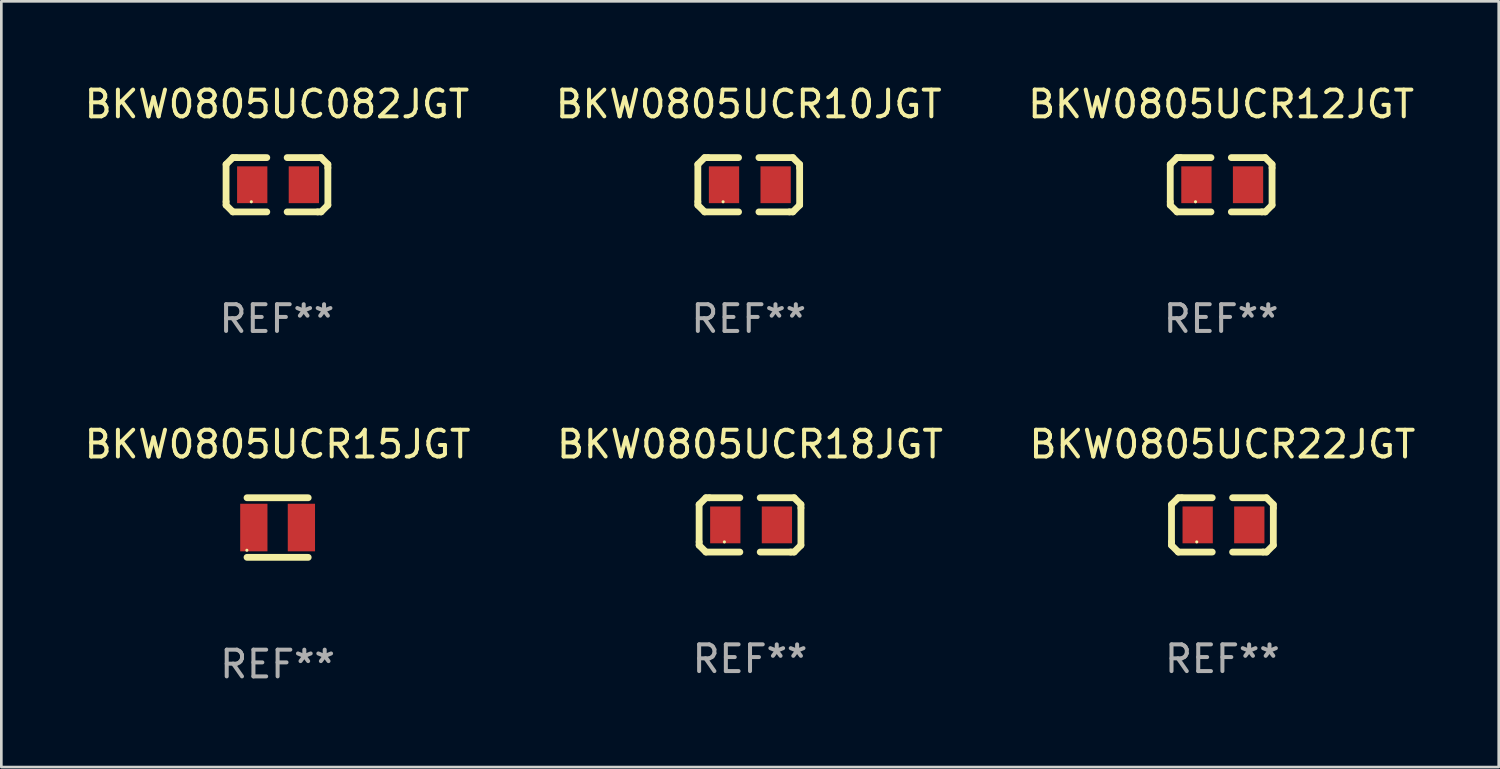
<source format=kicad_pcb>
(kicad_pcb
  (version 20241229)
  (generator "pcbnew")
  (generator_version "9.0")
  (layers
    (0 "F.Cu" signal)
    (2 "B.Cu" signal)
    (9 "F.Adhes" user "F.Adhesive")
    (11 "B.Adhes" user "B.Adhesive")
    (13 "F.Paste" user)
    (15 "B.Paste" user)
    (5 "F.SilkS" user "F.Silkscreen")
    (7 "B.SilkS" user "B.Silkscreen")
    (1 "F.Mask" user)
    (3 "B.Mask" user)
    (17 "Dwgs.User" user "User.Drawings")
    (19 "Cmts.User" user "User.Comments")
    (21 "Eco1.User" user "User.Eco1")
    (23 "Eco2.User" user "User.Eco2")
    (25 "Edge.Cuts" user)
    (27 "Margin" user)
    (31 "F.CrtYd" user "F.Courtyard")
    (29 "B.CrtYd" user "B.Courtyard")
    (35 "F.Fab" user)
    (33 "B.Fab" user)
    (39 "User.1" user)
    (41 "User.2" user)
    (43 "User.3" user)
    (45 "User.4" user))
  (footprint "BKW0805UCR12JGT"
    (layer "F.Cu")
    (at 42.649 3.864)
    (property "Reference" "BKW0805UCR12JGT" (at 0 -3.016 0) (layer "F.SilkS") (effects (font (size 1 1) (thickness 0.15))))
    (attr through_hole)
    (fp_line (start -1.905 -0.762) (end -1.905 0.635) (stroke (width 0.254) (type solid)) (layer "F.SilkS"))
    (fp_line (start -1.905 0.635) (end -1.905 0.762) (stroke (width 0.254) (type solid)) (layer "F.SilkS"))
    (fp_line (start -1.905 0.762) (end -1.651 1.016) (stroke (width 0.254) (type solid)) (layer "F.SilkS"))
    (fp_line (start -1.651 -1.016) (end -1.905 -0.762) (stroke (width 0.254) (type solid)) (layer "F.SilkS"))
    (fp_line (start -1.651 1.016) (end -0.381 1.016) (stroke (width 0.254) (type solid)) (layer "F.SilkS"))
    (fp_line (start -1.524 -1.016) (end -1.651 -1.016) (stroke (width 0.254) (type solid)) (layer "F.SilkS"))
    (fp_line (start -0.381 -1.016) (end -1.524 -1.016) (stroke (width 0.254) (type solid)) (layer "F.SilkS"))
    (fp_line (start 0.381 1.016) (end 1.524 1.016) (stroke (width 0.254) (type solid)) (layer "F.SilkS"))
    (fp_line (start 1.524 1.016) (end 1.651 1.016) (stroke (width 0.254) (type solid)) (layer "F.SilkS"))
    (fp_line (start 1.651 -1.016) (end 0.381 -1.016) (stroke (width 0.254) (type solid)) (layer "F.SilkS"))
    (fp_line (start 1.651 1.016) (end 1.905 0.762) (stroke (width 0.254) (type solid)) (layer "F.SilkS"))
    (fp_line (start 1.905 -0.762) (end 1.651 -1.016) (stroke (width 0.254) (type solid)) (layer "F.SilkS"))
    (fp_line (start 1.905 -0.635) (end 1.905 -0.762) (stroke (width 0.254) (type solid)) (layer "F.SilkS"))
    (fp_line (start 1.905 0.762) (end 1.905 -0.635) (stroke (width 0.254) (type solid)) (layer "F.SilkS"))
    (fp_circle (center -0.96 0.637) (end -0.93 0.637) (stroke (width 0.06) (type solid)) (fill no) (layer "F.SilkS"))
    (fp_text user "REF**" (at 0 5.016 0) (layer "F.Fab") (effects (font (size 1 1) (thickness 0.15))))
    (pad "1" smd rect (at -0.926 -0.000051) (size 1.133 1.377) (layers "F.Cu" "F.Mask" "F.Paste"))
    (pad "2" smd rect (at 1.006 -0.000051) (size 1.133 1.377) (layers "F.Cu" "F.Mask" "F.Paste")))
  (footprint "BKW0805UCR18JGT"
    (layer "F.Cu")
    (at 25.018 16.593)
    (property "Reference" "BKW0805UCR18JGT" (at 0 -3.016 0) (layer "F.SilkS") (effects (font (size 1 1) (thickness 0.15))))
    (attr through_hole)
    (fp_line (start -1.905 -0.762) (end -1.905 0.635) (stroke (width 0.254) (type solid)) (layer "F.SilkS"))
    (fp_line (start -1.905 0.635) (end -1.905 0.762) (stroke (width 0.254) (type solid)) (layer "F.SilkS"))
    (fp_line (start -1.905 0.762) (end -1.651 1.016) (stroke (width 0.254) (type solid)) (layer "F.SilkS"))
    (fp_line (start -1.651 -1.016) (end -1.905 -0.762) (stroke (width 0.254) (type solid)) (layer "F.SilkS"))
    (fp_line (start -1.651 1.016) (end -0.381 1.016) (stroke (width 0.254) (type solid)) (layer "F.SilkS"))
    (fp_line (start -1.524 -1.016) (end -1.651 -1.016) (stroke (width 0.254) (type solid)) (layer "F.SilkS"))
    (fp_line (start -0.381 -1.016) (end -1.524 -1.016) (stroke (width 0.254) (type solid)) (layer "F.SilkS"))
    (fp_line (start 0.381 1.016) (end 1.524 1.016) (stroke (width 0.254) (type solid)) (layer "F.SilkS"))
    (fp_line (start 1.524 1.016) (end 1.651 1.016) (stroke (width 0.254) (type solid)) (layer "F.SilkS"))
    (fp_line (start 1.651 -1.016) (end 0.381 -1.016) (stroke (width 0.254) (type solid)) (layer "F.SilkS"))
    (fp_line (start 1.651 1.016) (end 1.905 0.762) (stroke (width 0.254) (type solid)) (layer "F.SilkS"))
    (fp_line (start 1.905 -0.762) (end 1.651 -1.016) (stroke (width 0.254) (type solid)) (layer "F.SilkS"))
    (fp_line (start 1.905 -0.635) (end 1.905 -0.762) (stroke (width 0.254) (type solid)) (layer "F.SilkS"))
    (fp_line (start 1.905 0.762) (end 1.905 -0.635) (stroke (width 0.254) (type solid)) (layer "F.SilkS"))
    (fp_circle (center -0.96 0.637) (end -0.93 0.637) (stroke (width 0.06) (type solid)) (fill no) (layer "F.SilkS"))
    (fp_text user "REF**" (at 0 5.016 0) (layer "F.Fab") (effects (font (size 1 1) (thickness 0.15))))
    (pad "1" smd rect (at -0.926 -0.000051) (size 1.133 1.377) (layers "F.Cu" "F.Mask" "F.Paste"))
    (pad "2" smd rect (at 1.006 -0.000051) (size 1.133 1.377) (layers "F.Cu" "F.Mask" "F.Paste")))
  (footprint "BKW0805UCR10JGT"
    (layer "F.Cu")
    (at 24.97 3.864)
    (property "Reference" "BKW0805UCR10JGT" (at 0 -3.016 0) (layer "F.SilkS") (effects (font (size 1 1) (thickness 0.15))))
    (attr through_hole)
    (fp_line (start -1.905 -0.762) (end -1.905 0.635) (stroke (width 0.254) (type solid)) (layer "F.SilkS"))
    (fp_line (start -1.905 0.635) (end -1.905 0.762) (stroke (width 0.254) (type solid)) (layer "F.SilkS"))
    (fp_line (start -1.905 0.762) (end -1.651 1.016) (stroke (width 0.254) (type solid)) (layer "F.SilkS"))
    (fp_line (start -1.651 -1.016) (end -1.905 -0.762) (stroke (width 0.254) (type solid)) (layer "F.SilkS"))
    (fp_line (start -1.651 1.016) (end -0.381 1.016) (stroke (width 0.254) (type solid)) (layer "F.SilkS"))
    (fp_line (start -1.524 -1.016) (end -1.651 -1.016) (stroke (width 0.254) (type solid)) (layer "F.SilkS"))
    (fp_line (start -0.381 -1.016) (end -1.524 -1.016) (stroke (width 0.254) (type solid)) (layer "F.SilkS"))
    (fp_line (start 0.381 1.016) (end 1.524 1.016) (stroke (width 0.254) (type solid)) (layer "F.SilkS"))
    (fp_line (start 1.524 1.016) (end 1.651 1.016) (stroke (width 0.254) (type solid)) (layer "F.SilkS"))
    (fp_line (start 1.651 -1.016) (end 0.381 -1.016) (stroke (width 0.254) (type solid)) (layer "F.SilkS"))
    (fp_line (start 1.651 1.016) (end 1.905 0.762) (stroke (width 0.254) (type solid)) (layer "F.SilkS"))
    (fp_line (start 1.905 -0.762) (end 1.651 -1.016) (stroke (width 0.254) (type solid)) (layer "F.SilkS"))
    (fp_line (start 1.905 -0.635) (end 1.905 -0.762) (stroke (width 0.254) (type solid)) (layer "F.SilkS"))
    (fp_line (start 1.905 0.762) (end 1.905 -0.635) (stroke (width 0.254) (type solid)) (layer "F.SilkS"))
    (fp_circle (center -0.96 0.637) (end -0.93 0.637) (stroke (width 0.06) (type solid)) (fill no) (layer "F.SilkS"))
    (fp_text user "REF**" (at 0 5.016 0) (layer "F.Fab") (effects (font (size 1 1) (thickness 0.15))))
    (pad "1" smd rect (at -0.926 -0.000051) (size 1.133 1.377) (layers "F.Cu" "F.Mask" "F.Paste"))
    (pad "2" smd rect (at 1.006 -0.000051) (size 1.133 1.377) (layers "F.Cu" "F.Mask" "F.Paste")))
  (footprint "BKW0805UCR15JGT"
    (layer "F.Cu")
    (at 7.339 16.692)
    (property "Reference" "BKW0805UCR15JGT" (at 0 -3.115 0) (layer "F.SilkS") (effects (font (size 1 1) (thickness 0.15))))
    (attr through_hole)
    (fp_line (start -1.145 -1.115) (end 1.145 -1.115) (stroke (width 0.254) (type solid)) (layer "F.SilkS"))
    (fp_line (start -1.145 1.115) (end 1.145 1.115) (stroke (width 0.254) (type solid)) (layer "F.SilkS"))
    (fp_circle (center -1.15 0.85) (end -1.12 0.85) (stroke (width 0.06) (type solid)) (fill no) (layer "F.SilkS"))
    (fp_text user "REF**" (at 0 5.115 0) (layer "F.Fab") (effects (font (size 1 1) (thickness 0.15))))
    (pad "1" smd rect (at -0.89 0 90) (size 1.78 1.02) (layers "F.Cu" "F.Mask" "F.Paste"))
    (pad "2" smd rect (at 0.89 0 90) (size 1.78 1.02) (layers "F.Cu" "F.Mask" "F.Paste")))
  (footprint "BKW0805UCR22JGT"
    (layer "F.Cu")
    (at 42.696 16.593)
    (property "Reference" "BKW0805UCR22JGT" (at 0 -3.016 0) (layer "F.SilkS") (effects (font (size 1 1) (thickness 0.15))))
    (attr through_hole)
    (fp_line (start -1.905 -0.762) (end -1.905 0.635) (stroke (width 0.254) (type solid)) (layer "F.SilkS"))
    (fp_line (start -1.905 0.635) (end -1.905 0.762) (stroke (width 0.254) (type solid)) (layer "F.SilkS"))
    (fp_line (start -1.905 0.762) (end -1.651 1.016) (stroke (width 0.254) (type solid)) (layer "F.SilkS"))
    (fp_line (start -1.651 -1.016) (end -1.905 -0.762) (stroke (width 0.254) (type solid)) (layer "F.SilkS"))
    (fp_line (start -1.651 1.016) (end -0.381 1.016) (stroke (width 0.254) (type solid)) (layer "F.SilkS"))
    (fp_line (start -1.524 -1.016) (end -1.651 -1.016) (stroke (width 0.254) (type solid)) (layer "F.SilkS"))
    (fp_line (start -0.381 -1.016) (end -1.524 -1.016) (stroke (width 0.254) (type solid)) (layer "F.SilkS"))
    (fp_line (start 0.381 1.016) (end 1.524 1.016) (stroke (width 0.254) (type solid)) (layer "F.SilkS"))
    (fp_line (start 1.524 1.016) (end 1.651 1.016) (stroke (width 0.254) (type solid)) (layer "F.SilkS"))
    (fp_line (start 1.651 -1.016) (end 0.381 -1.016) (stroke (width 0.254) (type solid)) (layer "F.SilkS"))
    (fp_line (start 1.651 1.016) (end 1.905 0.762) (stroke (width 0.254) (type solid)) (layer "F.SilkS"))
    (fp_line (start 1.905 -0.762) (end 1.651 -1.016) (stroke (width 0.254) (type solid)) (layer "F.SilkS"))
    (fp_line (start 1.905 -0.635) (end 1.905 -0.762) (stroke (width 0.254) (type solid)) (layer "F.SilkS"))
    (fp_line (start 1.905 0.762) (end 1.905 -0.635) (stroke (width 0.254) (type solid)) (layer "F.SilkS"))
    (fp_circle (center -0.96 0.637) (end -0.93 0.637) (stroke (width 0.06) (type solid)) (fill no) (layer "F.SilkS"))
    (fp_text user "REF**" (at 0 5.016 0) (layer "F.Fab") (effects (font (size 1 1) (thickness 0.15))))
    (pad "1" smd rect (at -0.926 -0.000051) (size 1.133 1.377) (layers "F.Cu" "F.Mask" "F.Paste"))
    (pad "2" smd rect (at 1.006 -0.000051) (size 1.133 1.377) (layers "F.Cu" "F.Mask" "F.Paste")))
  (footprint "BKW0805UC082JGT"
    (layer "F.Cu")
    (at 7.315 3.864)
    (property "Reference" "BKW0805UC082JGT" (at 0 -3.016 0) (layer "F.SilkS") (effects (font (size 1 1) (thickness 0.15))))
    (attr through_hole)
    (fp_line (start -1.905 -0.762) (end -1.905 0.635) (stroke (width 0.254) (type solid)) (layer "F.SilkS"))
    (fp_line (start -1.905 0.635) (end -1.905 0.762) (stroke (width 0.254) (type solid)) (layer "F.SilkS"))
    (fp_line (start -1.905 0.762) (end -1.651 1.016) (stroke (width 0.254) (type solid)) (layer "F.SilkS"))
    (fp_line (start -1.651 -1.016) (end -1.905 -0.762) (stroke (width 0.254) (type solid)) (layer "F.SilkS"))
    (fp_line (start -1.651 1.016) (end -0.381 1.016) (stroke (width 0.254) (type solid)) (layer "F.SilkS"))
    (fp_line (start -1.524 -1.016) (end -1.651 -1.016) (stroke (width 0.254) (type solid)) (layer "F.SilkS"))
    (fp_line (start -0.381 -1.016) (end -1.524 -1.016) (stroke (width 0.254) (type solid)) (layer "F.SilkS"))
    (fp_line (start 0.381 1.016) (end 1.524 1.016) (stroke (width 0.254) (type solid)) (layer "F.SilkS"))
    (fp_line (start 1.524 1.016) (end 1.651 1.016) (stroke (width 0.254) (type solid)) (layer "F.SilkS"))
    (fp_line (start 1.651 -1.016) (end 0.381 -1.016) (stroke (width 0.254) (type solid)) (layer "F.SilkS"))
    (fp_line (start 1.651 1.016) (end 1.905 0.762) (stroke (width 0.254) (type solid)) (layer "F.SilkS"))
    (fp_line (start 1.905 -0.762) (end 1.651 -1.016) (stroke (width 0.254) (type solid)) (layer "F.SilkS"))
    (fp_line (start 1.905 -0.635) (end 1.905 -0.762) (stroke (width 0.254) (type solid)) (layer "F.SilkS"))
    (fp_line (start 1.905 0.762) (end 1.905 -0.635) (stroke (width 0.254) (type solid)) (layer "F.SilkS"))
    (fp_circle (center -0.96 0.637) (end -0.93 0.637) (stroke (width 0.06) (type solid)) (fill no) (layer "F.SilkS"))
    (fp_text user "REF**" (at 0 5.016 0) (layer "F.Fab") (effects (font (size 1 1) (thickness 0.15))))
    (pad "1" smd rect (at -0.926 -0.000051) (size 1.133 1.377) (layers "F.Cu" "F.Mask" "F.Paste"))
    (pad "2" smd rect (at 1.006 -0.000051) (size 1.133 1.377) (layers "F.Cu" "F.Mask" "F.Paste")))
  (gr_rect
    (start -3 -3)
    (end 53.036 25.655)
    (stroke (width 0.1) (type default))
    (fill no)
    (layer "Edge.Cuts")))
</source>
